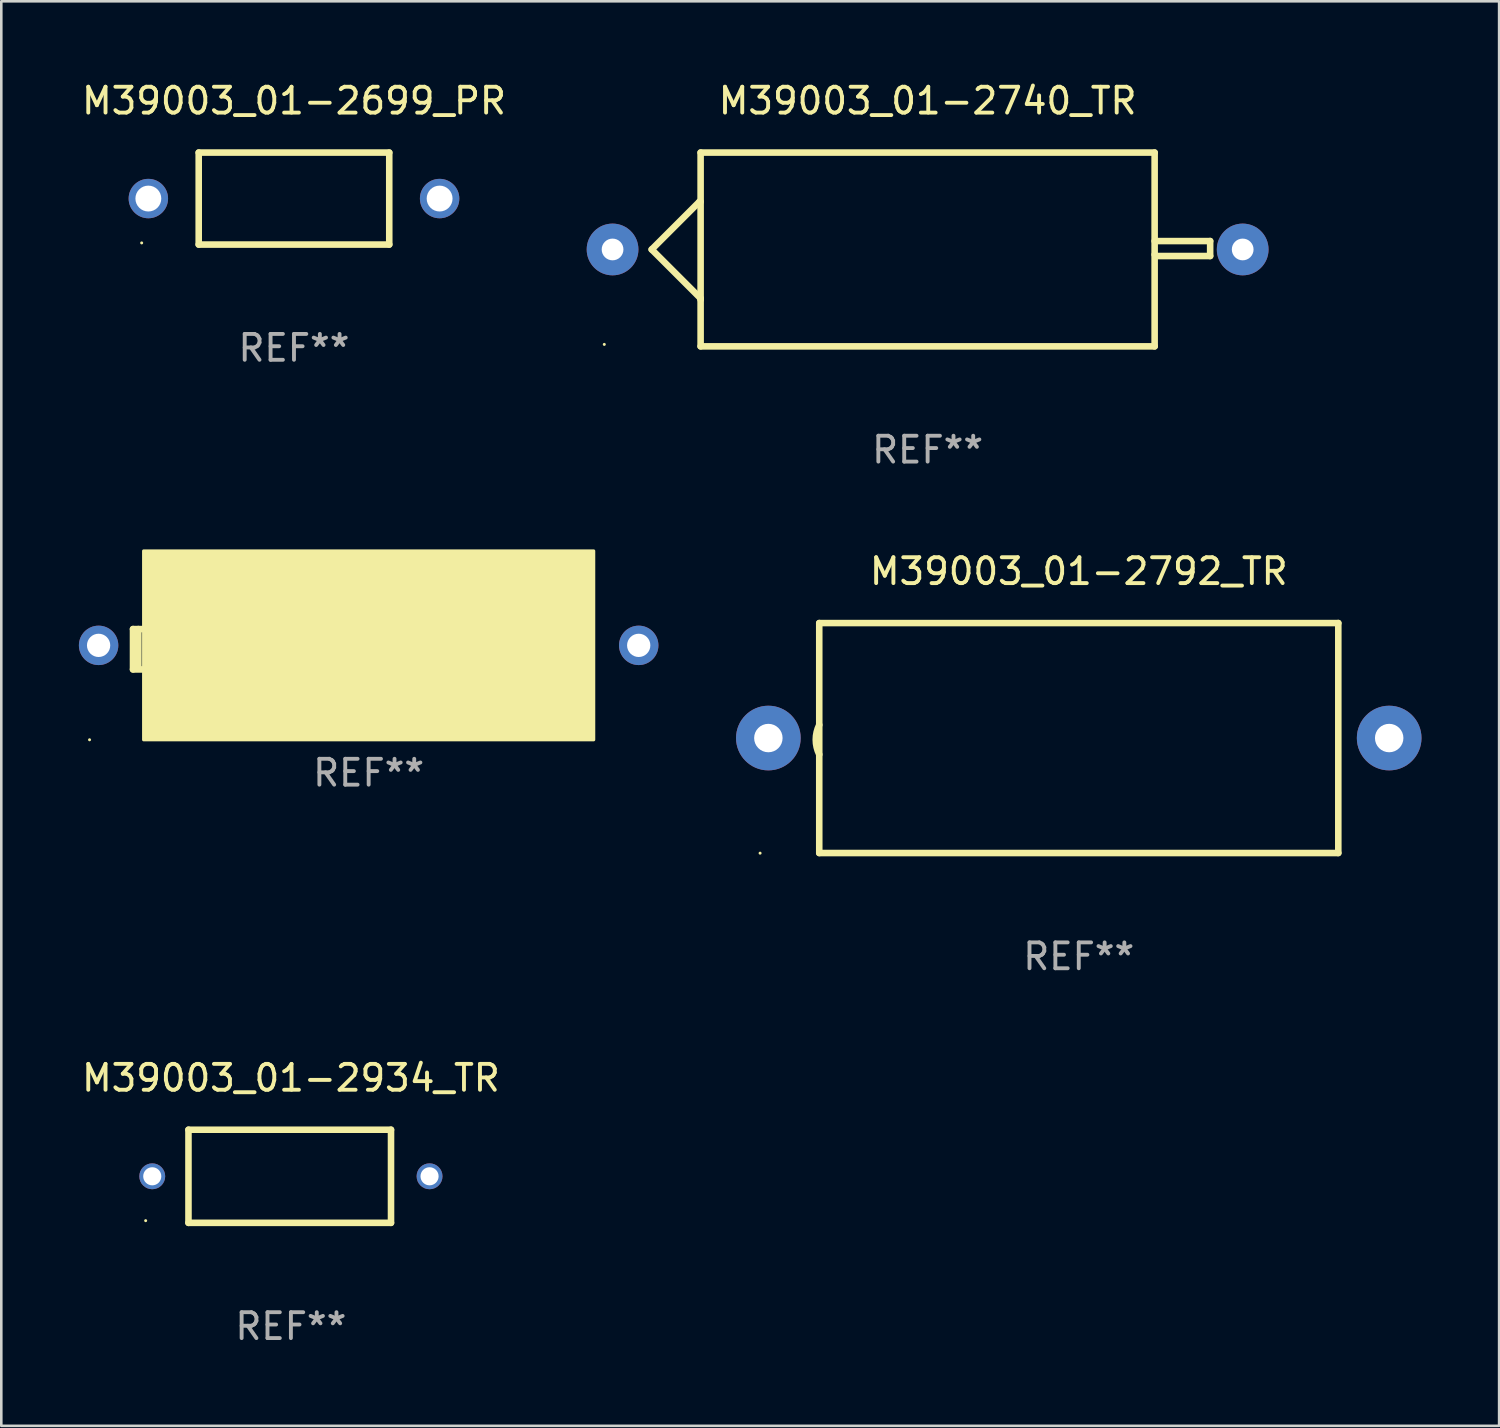
<source format=kicad_pcb>
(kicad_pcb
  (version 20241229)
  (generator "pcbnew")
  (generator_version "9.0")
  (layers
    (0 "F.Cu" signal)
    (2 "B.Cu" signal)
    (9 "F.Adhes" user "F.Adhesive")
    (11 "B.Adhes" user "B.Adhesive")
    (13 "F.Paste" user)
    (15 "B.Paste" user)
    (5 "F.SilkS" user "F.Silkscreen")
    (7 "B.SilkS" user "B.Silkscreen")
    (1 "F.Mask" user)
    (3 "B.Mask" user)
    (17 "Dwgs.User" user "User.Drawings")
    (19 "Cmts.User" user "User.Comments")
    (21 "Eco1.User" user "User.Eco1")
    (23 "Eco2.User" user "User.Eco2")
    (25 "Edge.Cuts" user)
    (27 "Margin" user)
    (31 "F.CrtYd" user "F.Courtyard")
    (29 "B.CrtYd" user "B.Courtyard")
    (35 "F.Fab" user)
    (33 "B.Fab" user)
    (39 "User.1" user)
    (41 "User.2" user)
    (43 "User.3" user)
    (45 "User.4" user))
  (footprint "M39003_01-2934_TR"
    (layer "F.Cu")
    (at 8.196 42.424)
    (property "Reference" "M39003_01-2934_TR" (at 0 -3.8 0) (layer "F.SilkS") (effects (font (size 1 1) (thickness 0.15))))
    (attr through_hole)
    (fp_line (start -3.96 -1.8) (end 3.87 -1.8) (stroke (width 0.254) (type solid)) (layer "F.SilkS"))
    (fp_line (start -3.96 1.8) (end -3.96 -1.8) (stroke (width 0.254) (type solid)) (layer "F.SilkS"))
    (fp_line (start 3.87 -1.8) (end 3.87 1.8) (stroke (width 0.254) (type solid)) (layer "F.SilkS"))
    (fp_line (start 3.87 1.8) (end -3.96 1.8) (stroke (width 0.254) (type solid)) (layer "F.SilkS"))
    (fp_circle (center -5.615 1.715) (end -5.585 1.715) (stroke (width 0.06) (type solid)) (fill no) (layer "F.SilkS"))
    (fp_text user "REF**" (at 0 5.8 0) (layer "F.Fab") (effects (font (size 1 1) (thickness 0.15))))
    (pad "1" thru_hole circle (at -5.36 0) (size 1 1) (drill 0.7) (layers "*.Cu" "*.Mask"))
    (pad "2" thru_hole circle (at 5.36 0) (size 1 1) (drill 0.7) (layers "*.Cu" "*.Mask")))
  (footprint "M39003_01-2753_TR"
    (layer "F.Cu")
    (at 11.202 22.049)
    (property "Reference" "M39003_01-2753_TR" (at 0 -2.78 0) (layer "F.SilkS") (effects (font (size 1 1) (thickness 0.15))))
    (attr through_hole)
    (fp_line (start -9.11 -0.78) (end -9.11 0.78) (stroke (width 0.254) (type solid)) (layer "F.SilkS"))
    (fp_line (start -9.11 0.78) (end -8.74 0.78) (stroke (width 0.254) (type solid)) (layer "F.SilkS"))
    (fp_line (start -8.904 -0.78) (end -8.904 0.65) (stroke (width 0.254) (type solid)) (layer "F.SilkS"))
    (fp_line (start -8.76 -0.78) (end -9.11 -0.78) (stroke (width 0.254) (type solid)) (layer "F.SilkS"))
    (fp_circle (center -10.79 3.5) (end -10.76 3.5) (stroke (width 0.06) (type solid)) (fill no) (layer "F.SilkS"))
    (fp_poly (pts (xy -8.7 -3.8) (xy 8.7 -3.8) (xy 8.7 3.5) (xy -8.7 3.5)) (stroke (width 0.12) (type solid)) (fill yes) (layer "F.SilkS"))
    (fp_text user "REF**" (at 0 4.78 0) (layer "F.Fab") (effects (font (size 1 1) (thickness 0.15))))
    (pad "1" thru_hole circle (at -10.44 -0.15) (size 1.524 1.524) (drill 0.9) (layers "*.Cu" "*.Mask"))
    (pad "2" thru_hole circle (at 10.44 -0.15) (size 1.524 1.524) (drill 0.9) (layers "*.Cu" "*.Mask")))
  (footprint "M39003_01-2740_TR"
    (layer "F.Cu")
    (at 32.811 6.594)
    (property "Reference" "M39003_01-2740_TR" (at 0 -5.746 0) (layer "F.SilkS") (effects (font (size 1 1) (thickness 0.15))))
    (attr through_hole)
    (fp_line (start -10.668 0) (end -8.776 1.892) (stroke (width 0.254) (type solid)) (layer "F.SilkS"))
    (fp_line (start -8.821 -1.847) (end -10.668 0) (stroke (width 0.254) (type solid)) (layer "F.SilkS"))
    (fp_line (start -8.776 -1.847) (end -8.821 -1.847) (stroke (width 0.254) (type solid)) (layer "F.SilkS"))
    (fp_line (start -8.776 1.892) (end -8.776 1.943) (stroke (width 0.254) (type solid)) (layer "F.SilkS"))
    (fp_line (start -8.776 -3.746) (end 8.776 -3.746) (stroke (width 0.254) (type solid)) (layer "F.SilkS"))
    (fp_line (start -8.776 3.746) (end -8.776 -3.746) (stroke (width 0.254) (type solid)) (layer "F.SilkS"))
    (fp_line (start 8.776 -3.746) (end 8.776 3.746) (stroke (width 0.254) (type solid)) (layer "F.SilkS"))
    (fp_line (start 8.776 -0.325) (end 10.922 -0.325) (stroke (width 0.254) (type solid)) (layer "F.SilkS"))
    (fp_line (start 8.776 3.746) (end -8.776 3.746) (stroke (width 0.254) (type solid)) (layer "F.SilkS"))
    (fp_line (start 8.831 0.254) (end 8.776 0.199) (stroke (width 0.254) (type solid)) (layer "F.SilkS"))
    (fp_line (start 10.922 -0.325) (end 10.922 0.254) (stroke (width 0.254) (type solid)) (layer "F.SilkS"))
    (fp_line (start 10.922 0.254) (end 8.831 0.254) (stroke (width 0.254) (type solid)) (layer "F.SilkS"))
    (fp_circle (center -12.5 3.67) (end -12.47 3.67) (stroke (width 0.06) (type solid)) (fill no) (layer "F.SilkS"))
    (fp_text user "+" (at -8.323 0.924 0) (layer "B.Mask") (effects (font (size 1 1) (thickness 0.15))))
    (fp_text user "REF**" (at 0 7.746 0) (layer "F.Fab") (effects (font (size 1 1) (thickness 0.15))))
    (pad "1" thru_hole circle (at -12.18 0) (size 2 2) (drill 0.84) (layers "*.Cu" "*.Mask"))
    (pad "2" thru_hole circle (at 12.18 0) (size 2 2) (drill 0.84) (layers "*.Cu" "*.Mask")))
  (footprint "M39003_01-2699_PR"
    (layer "F.Cu")
    (at 8.315 4.626)
    (property "Reference" "M39003_01-2699_PR" (at 0 -3.778 0) (layer "F.SilkS") (effects (font (size 1 1) (thickness 0.15))))
    (attr through_hole)
    (fp_line (start -3.683 -1.778) (end -3.683 1.778) (stroke (width 0.254) (type solid)) (layer "F.SilkS"))
    (fp_line (start -3.683 1.778) (end 3.683 1.778) (stroke (width 0.254) (type solid)) (layer "F.SilkS"))
    (fp_line (start 3.683 -1.778) (end -3.683 -1.778) (stroke (width 0.254) (type solid)) (layer "F.SilkS"))
    (fp_line (start 3.683 1.778) (end 3.683 -1.778) (stroke (width 0.254) (type solid)) (layer "F.SilkS"))
    (fp_circle (center -5.888 1.715) (end -5.858 1.715) (stroke (width 0.06) (type solid)) (fill no) (layer "F.SilkS"))
    (fp_text user "REF**" (at 0 5.778 0) (layer "F.Fab") (effects (font (size 1 1) (thickness 0.15))))
    (pad "1" thru_hole circle (at -5.63 0) (size 1.524 1.524) (drill 1) (layers "*.Cu" "*.Mask"))
    (pad "2" thru_hole circle (at 5.63 0) (size 1.524 1.524) (drill 1) (layers "*.Cu" "*.Mask")))
  (footprint "M39003_01-2792_TR"
    (layer "F.Cu")
    (at 38.654 25.482)
    (property "Reference" "M39003_01-2792_TR" (at 0 -6.445 0) (layer "F.SilkS") (effects (font (size 1 1) (thickness 0.15))))
    (attr through_hole)
    (fp_line (start -10.033 -4.445) (end -10.033 4.445) (stroke (width 0.254) (type solid)) (layer "F.SilkS"))
    (fp_line (start -10.033 4.445) (end 10.033 4.445) (stroke (width 0.254) (type solid)) (layer "F.SilkS"))
    (fp_line (start 10.033 -4.445) (end -10.033 -4.445) (stroke (width 0.254) (type solid)) (layer "F.SilkS"))
    (fp_line (start 10.033 4.445) (end 10.033 -4.445) (stroke (width 0.254) (type solid)) (layer "F.SilkS"))
    (fp_arc (start -10.03302 0.635001) (mid -10.167933 0.0635) (end -10.03302 -0.508001) (stroke (width 0.254001) (type solid)) (layer "F.SilkS"))
    (fp_circle (center -12.32 4.45) (end -12.29 4.45) (stroke (width 0.06) (type solid)) (fill no) (layer "F.SilkS"))
    (fp_text user "REF**" (at 0 8.445 0) (layer "F.Fab") (effects (font (size 1 1) (thickness 0.15))))
    (pad "1" thru_hole circle (at -12 0) (size 2.5 2.5) (drill 1.1) (layers "*.Cu" "*.Mask"))
    (pad "2" thru_hole circle (at 12 0) (size 2.5 2.5) (drill 1.1) (layers "*.Cu" "*.Mask")))
  (gr_rect
    (start -3 -3)
    (end 54.904 52.072)
    (stroke (width 0.1) (type default))
    (fill no)
    (layer "Edge.Cuts")))
</source>
